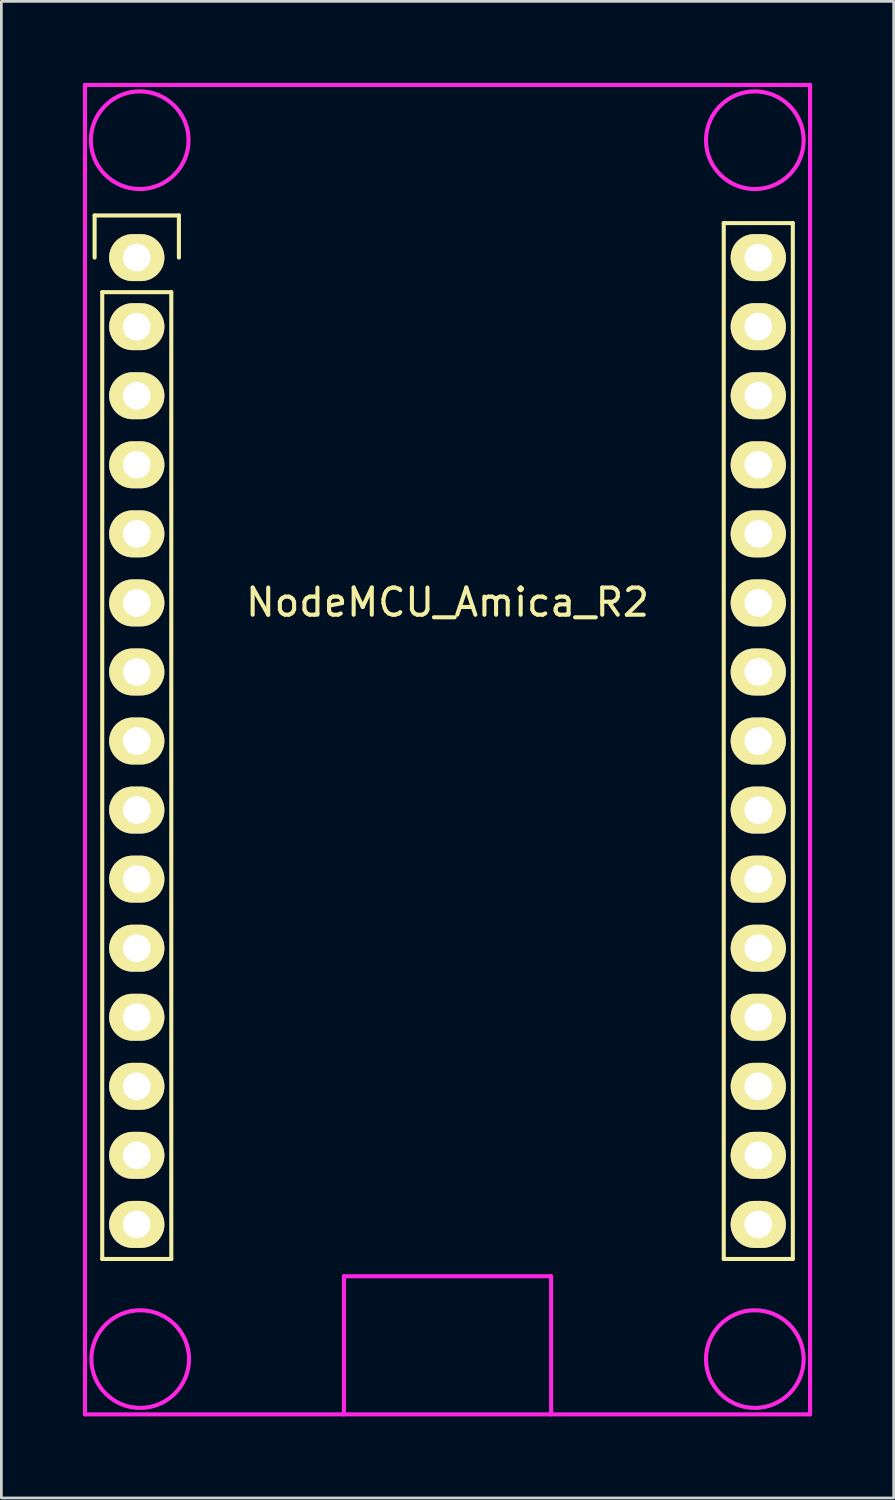
<source format=kicad_pcb>
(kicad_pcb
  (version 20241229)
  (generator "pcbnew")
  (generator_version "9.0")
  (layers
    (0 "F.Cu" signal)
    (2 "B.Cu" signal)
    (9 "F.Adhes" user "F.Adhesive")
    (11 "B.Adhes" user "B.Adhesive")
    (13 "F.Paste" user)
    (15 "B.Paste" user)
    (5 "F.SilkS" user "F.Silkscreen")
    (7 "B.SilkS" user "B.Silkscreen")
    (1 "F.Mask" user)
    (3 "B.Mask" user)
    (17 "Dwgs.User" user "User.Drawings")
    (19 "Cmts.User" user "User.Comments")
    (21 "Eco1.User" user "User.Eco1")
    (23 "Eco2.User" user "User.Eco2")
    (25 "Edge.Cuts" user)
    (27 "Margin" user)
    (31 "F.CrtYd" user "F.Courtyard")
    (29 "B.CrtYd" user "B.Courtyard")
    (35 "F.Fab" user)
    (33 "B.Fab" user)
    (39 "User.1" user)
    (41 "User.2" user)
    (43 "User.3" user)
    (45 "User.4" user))
  (footprint "NodeMCU_Amica_R2"
    (layer "F.Cu")
    (at 1.98 6.425)
    (property "Reference" "NodeMCU_Amica_R2" (at 11.43 12.68 0) (layer "F.SilkS") (effects (font (size 1 1) (thickness 0.15))))
    (attr through_hole)
    (fp_line (start -1.55 -1.55) (end 1.55 -1.55) (stroke (width 0.15) (type solid)) (layer "F.SilkS"))
    (fp_line (start -1.55 0) (end -1.55 -1.55) (stroke (width 0.15) (type solid)) (layer "F.SilkS"))
    (fp_line (start -1.27 1.27) (end -1.27 36.83) (stroke (width 0.15) (type solid)) (layer "F.SilkS"))
    (fp_line (start -1.27 36.83) (end 1.27 36.83) (stroke (width 0.15) (type solid)) (layer "F.SilkS"))
    (fp_line (start 1.27 1.27) (end -1.27 1.27) (stroke (width 0.15) (type solid)) (layer "F.SilkS"))
    (fp_line (start 1.27 36.83) (end 1.27 1.27) (stroke (width 0.15) (type solid)) (layer "F.SilkS"))
    (fp_line (start 1.55 -1.55) (end 1.55 0) (stroke (width 0.15) (type solid)) (layer "F.SilkS"))
    (fp_line (start 21.59 -1.27) (end 21.59 36.83) (stroke (width 0.15) (type solid)) (layer "F.SilkS"))
    (fp_line (start 21.59 36.83) (end 24.13 36.83) (stroke (width 0.15) (type solid)) (layer "F.SilkS"))
    (fp_line (start 24.13 -1.27) (end 21.59 -1.27) (stroke (width 0.15) (type solid)) (layer "F.SilkS"))
    (fp_line (start 24.13 36.83) (end 24.13 -1.27) (stroke (width 0.15) (type solid)) (layer "F.SilkS"))
    (fp_line (start -1.905 -6.35) (end 24.765 -6.35) (stroke (width 0.15) (type solid)) (layer "F.CrtYd"))
    (fp_line (start -1.905 42.545) (end -1.905 -6.35) (stroke (width 0.15) (type solid)) (layer "F.CrtYd"))
    (fp_line (start 7.62 37.465) (end 15.24 37.465) (stroke (width 0.15) (type solid)) (layer "F.CrtYd"))
    (fp_line (start 7.62 42.545) (end 7.62 37.465) (stroke (width 0.15) (type solid)) (layer "F.CrtYd"))
    (fp_line (start 15.24 37.465) (end 15.24 42.545) (stroke (width 0.15) (type solid)) (layer "F.CrtYd"))
    (fp_line (start 24.765 -6.35) (end 24.765 42.545) (stroke (width 0.15) (type solid)) (layer "F.CrtYd"))
    (fp_line (start 24.765 42.545) (end -1.905 42.545) (stroke (width 0.15) (type solid)) (layer "F.CrtYd"))
    (fp_circle (center 0.109 -4.318) (end 1.379 -3.048) (stroke (width 0.15) (type solid)) (fill no) (layer "F.CrtYd"))
    (fp_circle (center 0.127 40.513) (end 1.397 41.783) (stroke (width 0.15) (type solid)) (fill no) (layer "F.CrtYd"))
    (fp_circle (center 22.733 -4.318) (end 24.003 -3.048) (stroke (width 0.15) (type solid)) (fill no) (layer "F.CrtYd"))
    (fp_circle (center 22.733 40.513) (end 24.003 41.783) (stroke (width 0.15) (type solid)) (fill no) (layer "F.CrtYd"))
    (pad "1" thru_hole oval (at 0 0) (size 2.032 1.727) (drill 1.016) (layers "*.Cu" "*.Mask" "F.SilkS"))
    (pad "2" thru_hole oval (at 0 2.54) (size 2.032 1.727) (drill 1.016) (layers "*.Cu" "*.Mask" "F.SilkS"))
    (pad "3" thru_hole oval (at 0 5.08) (size 2.032 1.727) (drill 1.016) (layers "*.Cu" "*.Mask" "F.SilkS"))
    (pad "4" thru_hole oval (at 0 7.62) (size 2.032 1.727) (drill 1.016) (layers "*.Cu" "*.Mask" "F.SilkS"))
    (pad "5" thru_hole oval (at 0 10.16) (size 2.032 1.727) (drill 1.016) (layers "*.Cu" "*.Mask" "F.SilkS"))
    (pad "6" thru_hole oval (at 0 12.7) (size 2.032 1.727) (drill 1.016) (layers "*.Cu" "*.Mask" "F.SilkS"))
    (pad "7" thru_hole oval (at 0 15.24) (size 2.032 1.727) (drill 1.016) (layers "*.Cu" "*.Mask" "F.SilkS"))
    (pad "8" thru_hole oval (at 0 17.78) (size 2.032 1.727) (drill 1.016) (layers "*.Cu" "*.Mask" "F.SilkS"))
    (pad "9" thru_hole oval (at 0 20.32) (size 2.032 1.727) (drill 1.016) (layers "*.Cu" "*.Mask" "F.SilkS"))
    (pad "10" thru_hole oval (at 0 22.86) (size 2.032 1.727) (drill 1.016) (layers "*.Cu" "*.Mask" "F.SilkS"))
    (pad "11" thru_hole oval (at 0 25.4) (size 2.032 1.727) (drill 1.016) (layers "*.Cu" "*.Mask" "F.SilkS"))
    (pad "12" thru_hole oval (at 0 27.94) (size 2.032 1.727) (drill 1.016) (layers "*.Cu" "*.Mask" "F.SilkS"))
    (pad "13" thru_hole oval (at 0 30.48) (size 2.032 1.727) (drill 1.016) (layers "*.Cu" "*.Mask" "F.SilkS"))
    (pad "14" thru_hole oval (at 0 33.02) (size 2.032 1.727) (drill 1.016) (layers "*.Cu" "*.Mask" "F.SilkS"))
    (pad "15" thru_hole oval (at 0 35.56) (size 2.032 1.727) (drill 1.016) (layers "*.Cu" "*.Mask" "F.SilkS"))
    (pad "16" thru_hole oval (at 22.86 35.56) (size 2.032 1.727) (drill 1.016) (layers "*.Cu" "*.Mask" "F.SilkS"))
    (pad "17" thru_hole oval (at 22.86 33.02) (size 2.032 1.727) (drill 1.016) (layers "*.Cu" "*.Mask" "F.SilkS"))
    (pad "18" thru_hole oval (at 22.86 30.48) (size 2.032 1.727) (drill 1.016) (layers "*.Cu" "*.Mask" "F.SilkS"))
    (pad "19" thru_hole oval (at 22.86 27.94) (size 2.032 1.727) (drill 1.016) (layers "*.Cu" "*.Mask" "F.SilkS"))
    (pad "20" thru_hole oval (at 22.86 25.4) (size 2.032 1.727) (drill 1.016) (layers "*.Cu" "*.Mask" "F.SilkS"))
    (pad "21" thru_hole oval (at 22.86 22.86) (size 2.032 1.727) (drill 1.016) (layers "*.Cu" "*.Mask" "F.SilkS"))
    (pad "22" thru_hole oval (at 22.86 20.32) (size 2.032 1.727) (drill 1.016) (layers "*.Cu" "*.Mask" "F.SilkS"))
    (pad "23" thru_hole oval (at 22.86 17.78) (size 2.032 1.727) (drill 1.016) (layers "*.Cu" "*.Mask" "F.SilkS"))
    (pad "24" thru_hole oval (at 22.86 15.24) (size 2.032 1.727) (drill 1.016) (layers "*.Cu" "*.Mask" "F.SilkS"))
    (pad "25" thru_hole oval (at 22.86 12.7) (size 2.032 1.727) (drill 1.016) (layers "*.Cu" "*.Mask" "F.SilkS"))
    (pad "26" thru_hole oval (at 22.86 10.16) (size 2.032 1.727) (drill 1.016) (layers "*.Cu" "*.Mask" "F.SilkS"))
    (pad "27" thru_hole oval (at 22.86 7.62) (size 2.032 1.727) (drill 1.016) (layers "*.Cu" "*.Mask" "F.SilkS"))
    (pad "28" thru_hole oval (at 22.86 5.08) (size 2.032 1.727) (drill 1.016) (layers "*.Cu" "*.Mask" "F.SilkS"))
    (pad "29" thru_hole oval (at 22.86 2.54) (size 2.032 1.727) (drill 1.016) (layers "*.Cu" "*.Mask" "F.SilkS"))
    (pad "30" thru_hole oval (at 22.86 0) (size 2.032 1.727) (drill 1.016) (layers "*.Cu" "*.Mask" "F.SilkS")))
  (gr_rect
    (start -3 -3)
    (end 29.82 52.045)
    (stroke (width 0.1) (type default))
    (fill no)
    (layer "Edge.Cuts")))
</source>
